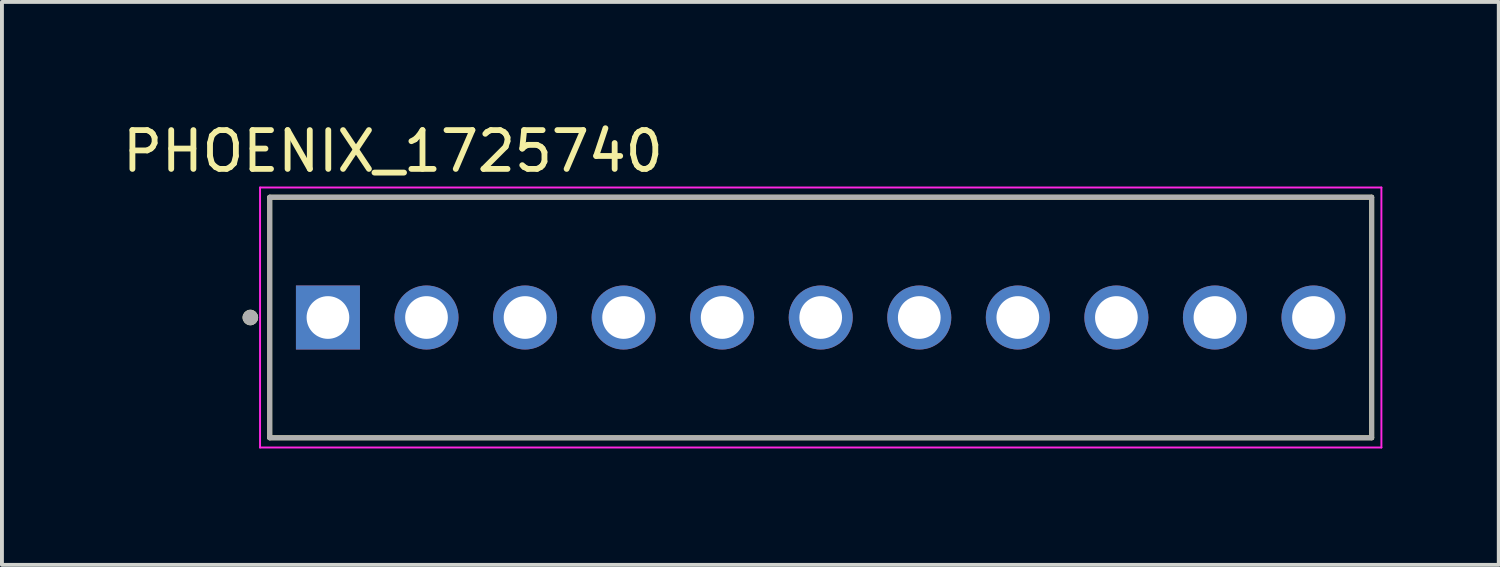
<source format=kicad_pcb>
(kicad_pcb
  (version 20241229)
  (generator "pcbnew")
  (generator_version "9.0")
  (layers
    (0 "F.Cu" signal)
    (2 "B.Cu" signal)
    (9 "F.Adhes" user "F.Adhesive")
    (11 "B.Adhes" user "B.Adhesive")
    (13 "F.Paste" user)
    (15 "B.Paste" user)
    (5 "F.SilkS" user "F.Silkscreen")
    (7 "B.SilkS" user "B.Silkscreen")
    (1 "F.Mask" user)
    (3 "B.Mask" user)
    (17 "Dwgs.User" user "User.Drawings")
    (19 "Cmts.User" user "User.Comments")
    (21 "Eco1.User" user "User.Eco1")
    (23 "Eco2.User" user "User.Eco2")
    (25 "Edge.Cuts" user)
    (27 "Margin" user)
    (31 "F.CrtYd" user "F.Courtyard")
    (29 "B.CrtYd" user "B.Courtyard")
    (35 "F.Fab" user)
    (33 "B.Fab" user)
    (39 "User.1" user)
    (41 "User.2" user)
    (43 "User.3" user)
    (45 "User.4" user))
  (footprint "PHOENIX_1725740"
    (layer "F.Cu")
    (at 3.902 8.233)
    (property "Reference" "PHOENIX_1725740" (at 3.175 -7.385 0) (layer "F.SilkS") (effects (font (size 1 1) (thickness 0.15))))
    (attr through_hole)
    (fp_line (start 0 -6.2) (end 0 0) (stroke (width 0.127) (type solid)) (layer "F.SilkS"))
    (fp_line (start 0 0) (end 28.4 0) (stroke (width 0.127) (type solid)) (layer "F.SilkS"))
    (fp_line (start 28.4 -6.2) (end 0 -6.2) (stroke (width 0.127) (type solid)) (layer "F.SilkS"))
    (fp_line (start 28.4 0) (end 28.4 -6.2) (stroke (width 0.127) (type solid)) (layer "F.SilkS"))
    (fp_circle (center -0.5 -3.1) (end -0.4 -3.1) (stroke (width 0.2) (type solid)) (fill no) (layer "F.SilkS"))
    (fp_line (start -0.25 -6.45) (end -0.25 0.25) (stroke (width 0.05) (type solid)) (layer "F.CrtYd"))
    (fp_line (start -0.25 0.25) (end 28.65 0.25) (stroke (width 0.05) (type solid)) (layer "F.CrtYd"))
    (fp_line (start 28.65 -6.45) (end -0.25 -6.45) (stroke (width 0.05) (type solid)) (layer "F.CrtYd"))
    (fp_line (start 28.65 0.25) (end 28.65 -6.45) (stroke (width 0.05) (type solid)) (layer "F.CrtYd"))
    (fp_line (start 0 -6.2) (end 0 0) (stroke (width 0.127) (type solid)) (layer "F.Fab"))
    (fp_line (start 0 0) (end 28.4 0) (stroke (width 0.127) (type solid)) (layer "F.Fab"))
    (fp_line (start 28.4 -6.2) (end 0 -6.2) (stroke (width 0.127) (type solid)) (layer "F.Fab"))
    (fp_line (start 28.4 0) (end 28.4 -6.2) (stroke (width 0.127) (type solid)) (layer "F.Fab"))
    (fp_circle (center -0.5 -3.1) (end -0.4 -3.1) (stroke (width 0.2) (type solid)) (fill no) (layer "F.Fab"))
    (pad "1" thru_hole rect (at 1.5 -3.1) (size 1.65 1.65) (drill 1.1) (layers "*.Cu" "*.Mask"))
    (pad "2" thru_hole circle (at 4.04 -3.1) (size 1.65 1.65) (drill 1.1) (layers "*.Cu" "*.Mask"))
    (pad "3" thru_hole circle (at 6.58 -3.1) (size 1.65 1.65) (drill 1.1) (layers "*.Cu" "*.Mask"))
    (pad "4" thru_hole circle (at 9.12 -3.1) (size 1.65 1.65) (drill 1.1) (layers "*.Cu" "*.Mask"))
    (pad "5" thru_hole circle (at 11.66 -3.1) (size 1.65 1.65) (drill 1.1) (layers "*.Cu" "*.Mask"))
    (pad "6" thru_hole circle (at 14.2 -3.1) (size 1.65 1.65) (drill 1.1) (layers "*.Cu" "*.Mask"))
    (pad "7" thru_hole circle (at 16.74 -3.1) (size 1.65 1.65) (drill 1.1) (layers "*.Cu" "*.Mask"))
    (pad "8" thru_hole circle (at 19.28 -3.1) (size 1.65 1.65) (drill 1.1) (layers "*.Cu" "*.Mask"))
    (pad "9" thru_hole circle (at 21.82 -3.1) (size 1.65 1.65) (drill 1.1) (layers "*.Cu" "*.Mask"))
    (pad "10" thru_hole circle (at 24.36 -3.1) (size 1.65 1.65) (drill 1.1) (layers "*.Cu" "*.Mask"))
    (pad "11" thru_hole circle (at 26.9 -3.1) (size 1.65 1.65) (drill 1.1) (layers "*.Cu" "*.Mask")))
  (gr_rect
    (start -3 -3)
    (end 35.577 11.508)
    (stroke (width 0.1) (type default))
    (fill no)
    (layer "Edge.Cuts")))
</source>
